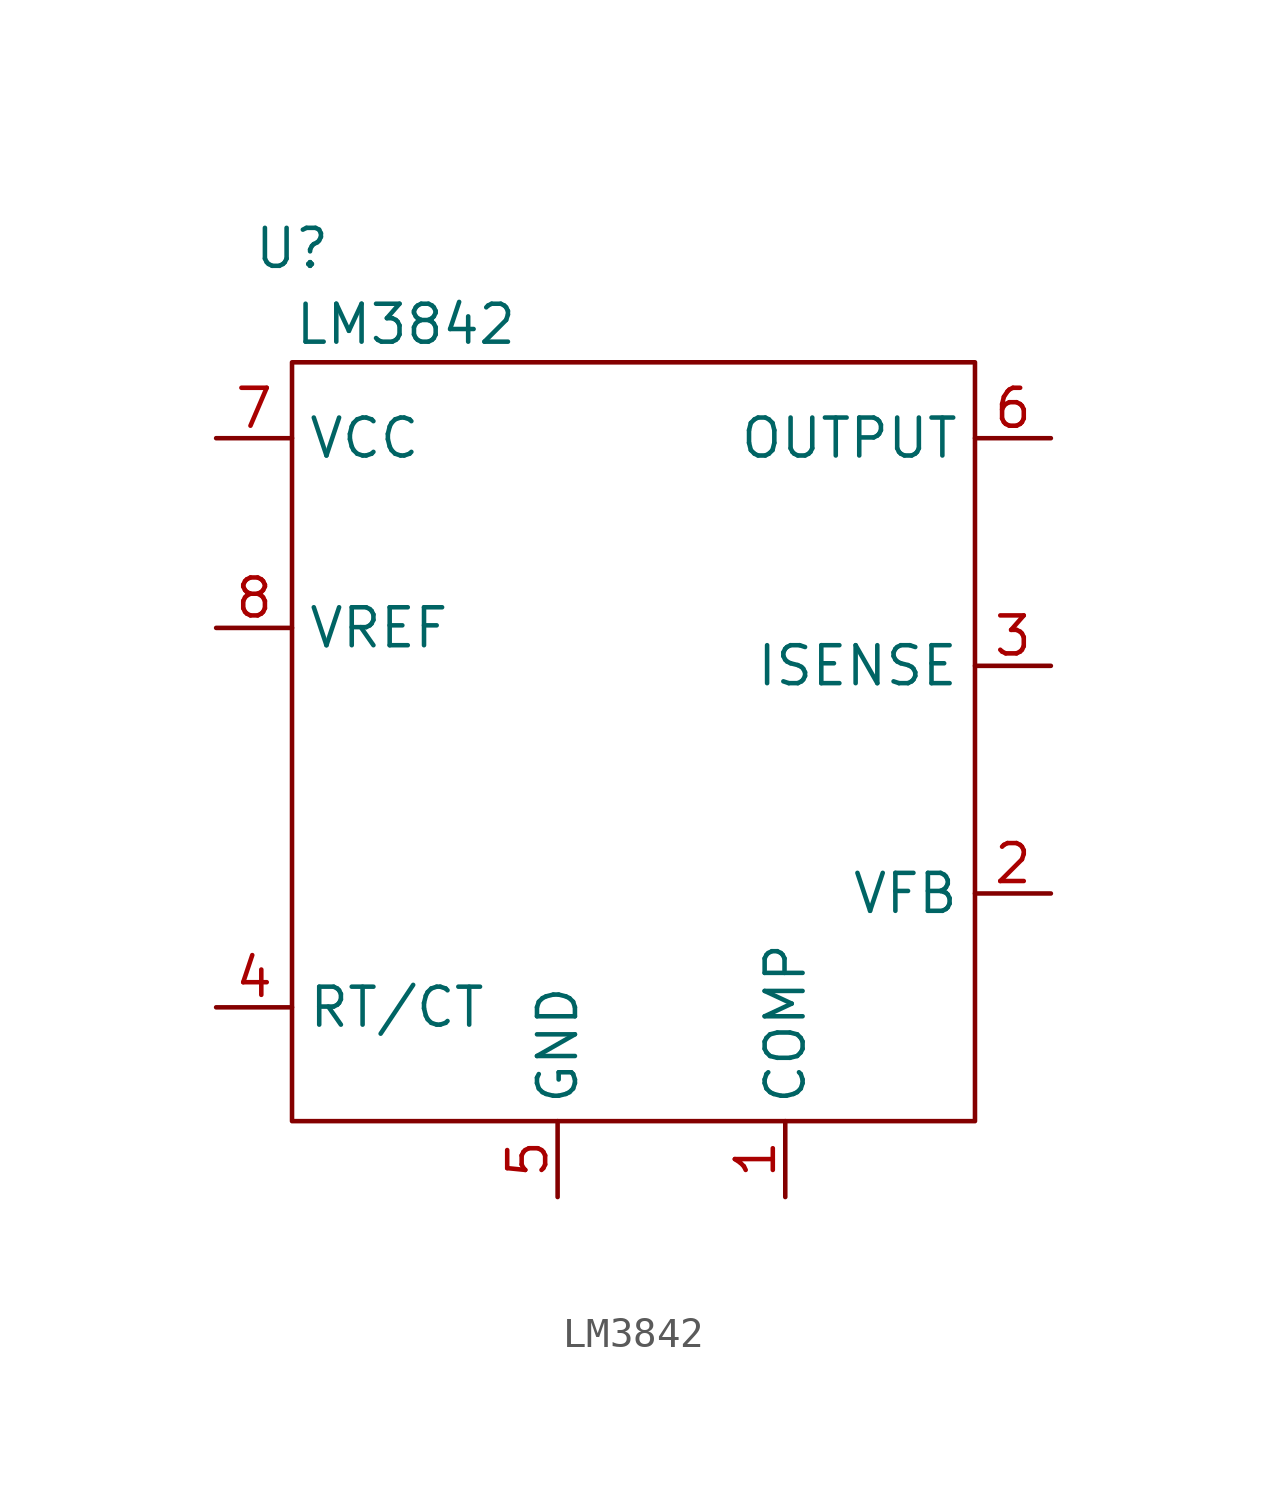
<source format=kicad_sym>
(kicad_symbol_lib
  (version 20220914)
  (generator kicad_symbol_editor)
  (symbol "LM3842"
    (property "Reference" "U"
      (at 0 3.81 0)
      (effects (font (size 1.27 1.27))))
    (property "Value" "LM3842"
      (at 3.81 1.27 0)
      (effects (font (size 1.27 1.27))))
    (symbol "LM3842_0_1"
      (rectangle (start 0 0) (end 22.86 -25.4) (stroke (width 0) (type default)) (fill (type none))))
    (symbol "LM3842_1_1"
      (pin output line (at 16.51 -27.94 90) (length 2.54) (name "COMP" (effects (font (size 1.27 1.27)))) (number "1" (effects (font (size 1.27 1.27)))))
      (pin input line (at 25.4 -17.78 180) (length 2.54) (name "VFB" (effects (font (size 1.27 1.27)))) (number "2" (effects (font (size 1.27 1.27)))))
      (pin input line (at 25.4 -10.16 180) (length 2.54) (name "ISENSE" (effects (font (size 1.27 1.27)))) (number "3" (effects (font (size 1.27 1.27)))))
      (pin bidirectional line (at -2.54 -21.59 0) (length 2.54) (name "RT/CT" (effects (font (size 1.27 1.27)))) (number "4" (effects (font (size 1.27 1.27)))))
      (pin power_in line (at 8.89 -27.94 90) (length 2.54) (name "GND" (effects (font (size 1.27 1.27)))) (number "5" (effects (font (size 1.27 1.27)))))
      (pin output line (at 25.4 -2.54 180) (length 2.54) (name "OUTPUT" (effects (font (size 1.27 1.27)))) (number "6" (effects (font (size 1.27 1.27)))))
      (pin power_in line (at -2.54 -2.54 0) (length 2.54) (name "VCC" (effects (font (size 1.27 1.27)))) (number "7" (effects (font (size 1.27 1.27)))))
      (pin output line (at -2.54 -8.89 0) (length 2.54) (name "VREF" (effects (font (size 1.27 1.27)))) (number "8" (effects (font (size 1.27 1.27))))))))
</source>
